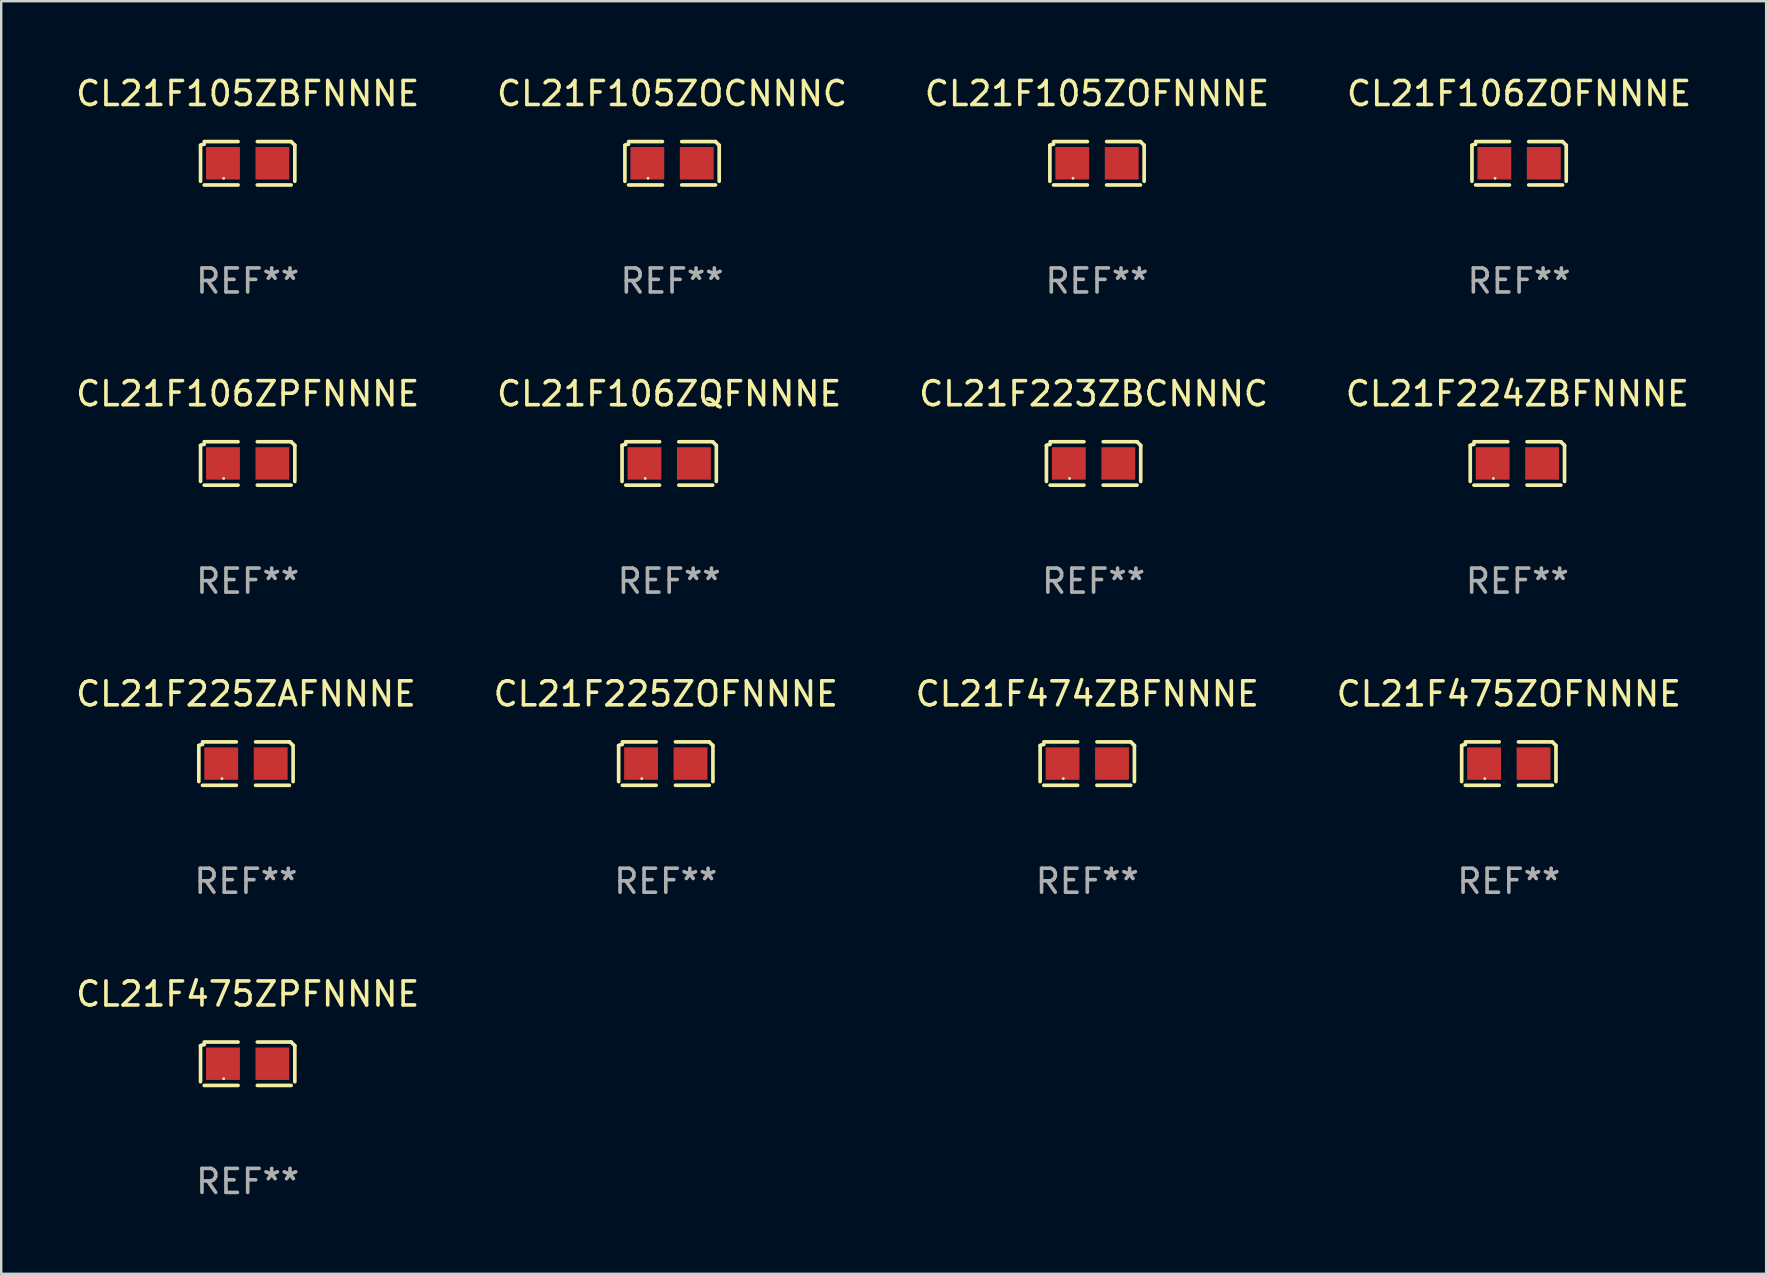
<source format=kicad_pcb>
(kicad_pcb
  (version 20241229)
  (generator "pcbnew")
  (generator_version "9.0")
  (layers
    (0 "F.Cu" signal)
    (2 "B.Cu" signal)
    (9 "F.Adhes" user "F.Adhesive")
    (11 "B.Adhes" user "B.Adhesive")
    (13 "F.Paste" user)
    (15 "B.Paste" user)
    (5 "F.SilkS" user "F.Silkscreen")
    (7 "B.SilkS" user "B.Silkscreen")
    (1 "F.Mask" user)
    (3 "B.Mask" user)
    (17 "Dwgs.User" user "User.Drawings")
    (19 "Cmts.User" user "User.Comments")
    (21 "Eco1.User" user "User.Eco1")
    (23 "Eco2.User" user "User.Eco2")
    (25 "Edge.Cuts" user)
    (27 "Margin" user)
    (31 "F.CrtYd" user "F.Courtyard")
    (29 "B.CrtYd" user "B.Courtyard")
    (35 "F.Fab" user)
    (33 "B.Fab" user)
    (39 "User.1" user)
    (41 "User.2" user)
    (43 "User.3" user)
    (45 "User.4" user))
  (footprint "CL21F106ZQFNNNE"
    (layer "F.Cu")
    (at 24.827 16.256)
    (property "Reference" "CL21F106ZQFNNNE" (at 0 -2.904 0) (layer "F.SilkS") (effects (font (size 1 1) (thickness 0.15))))
    (attr through_hole)
    (fp_line (start -1.964 0.751) (end -1.964 -0.751) (stroke (width 0.152) (type solid)) (layer "F.SilkS"))
    (fp_line (start -1.811 -0.904) (end -0.401 -0.904) (stroke (width 0.152) (type solid)) (layer "F.SilkS"))
    (fp_line (start -0.401 0.904) (end -1.811 0.904) (stroke (width 0.152) (type solid)) (layer "F.SilkS"))
    (fp_line (start 0.401 0.904) (end 1.811 0.904) (stroke (width 0.152) (type solid)) (layer "F.SilkS"))
    (fp_line (start 1.811 -0.904) (end 0.401 -0.904) (stroke (width 0.152) (type solid)) (layer "F.SilkS"))
    (fp_line (start 1.964 0.751) (end 1.964 -0.751) (stroke (width 0.152) (type solid)) (layer "F.SilkS"))
    (fp_arc (start -1.963602 -0.751207) (mid -1.890354 -0.783131) (end -1.811201 -0.794044) (stroke (width 0.1524) (type solid)) (layer "F.SilkS"))
    (fp_arc (start 1.811202 -0.903607) (mid 1.887413 -0.827418) (end 1.963602 -0.751207) (stroke (width 0.1524) (type solid)) (layer "F.SilkS"))
    (fp_circle (center -1 0.625) (end -0.97 0.625) (stroke (width 0.06) (type solid)) (fill no) (layer "F.SilkS"))
    (fp_text user "REF**" (at 0 4.904 0) (layer "F.Fab") (effects (font (size 1 1) (thickness 0.15))))
    (pad "1" smd rect (at -1.03 0) (size 1.41 1.35) (layers "F.Cu" "F.Mask" "F.Paste"))
    (pad "2" smd rect (at 1.03 0) (size 1.41 1.35) (layers "F.Cu" "F.Mask" "F.Paste")))
  (footprint "CL21F105ZBFNNNE"
    (layer "F.Cu")
    (at 7.268 3.752)
    (property "Reference" "CL21F105ZBFNNNE" (at 0 -2.904 0) (layer "F.SilkS") (effects (font (size 1 1) (thickness 0.15))))
    (attr through_hole)
    (fp_line (start -1.964 0.751) (end -1.964 -0.751) (stroke (width 0.152) (type solid)) (layer "F.SilkS"))
    (fp_line (start -1.811 -0.904) (end -0.401 -0.904) (stroke (width 0.152) (type solid)) (layer "F.SilkS"))
    (fp_line (start -0.401 0.904) (end -1.811 0.904) (stroke (width 0.152) (type solid)) (layer "F.SilkS"))
    (fp_line (start 0.401 0.904) (end 1.811 0.904) (stroke (width 0.152) (type solid)) (layer "F.SilkS"))
    (fp_line (start 1.811 -0.904) (end 0.401 -0.904) (stroke (width 0.152) (type solid)) (layer "F.SilkS"))
    (fp_line (start 1.964 0.751) (end 1.964 -0.751) (stroke (width 0.152) (type solid)) (layer "F.SilkS"))
    (fp_arc (start -1.963602 -0.751207) (mid -1.890354 -0.783131) (end -1.811201 -0.794044) (stroke (width 0.1524) (type solid)) (layer "F.SilkS"))
    (fp_arc (start 1.811202 -0.903607) (mid 1.887413 -0.827418) (end 1.963602 -0.751207) (stroke (width 0.1524) (type solid)) (layer "F.SilkS"))
    (fp_circle (center -1 0.625) (end -0.97 0.625) (stroke (width 0.06) (type solid)) (fill no) (layer "F.SilkS"))
    (fp_text user "REF**" (at 0 4.904 0) (layer "F.Fab") (effects (font (size 1 1) (thickness 0.15))))
    (pad "1" smd rect (at -1.03 0) (size 1.41 1.35) (layers "F.Cu" "F.Mask" "F.Paste"))
    (pad "2" smd rect (at 1.03 0) (size 1.41 1.35) (layers "F.Cu" "F.Mask" "F.Paste")))
  (footprint "CL21F105ZOFNNNE"
    (layer "F.Cu")
    (at 42.649 3.752)
    (property "Reference" "CL21F105ZOFNNNE" (at 0 -2.904 0) (layer "F.SilkS") (effects (font (size 1 1) (thickness 0.15))))
    (attr through_hole)
    (fp_line (start -1.964 0.751) (end -1.964 -0.751) (stroke (width 0.152) (type solid)) (layer "F.SilkS"))
    (fp_line (start -1.811 -0.904) (end -0.401 -0.904) (stroke (width 0.152) (type solid)) (layer "F.SilkS"))
    (fp_line (start -0.401 0.904) (end -1.811 0.904) (stroke (width 0.152) (type solid)) (layer "F.SilkS"))
    (fp_line (start 0.401 0.904) (end 1.811 0.904) (stroke (width 0.152) (type solid)) (layer "F.SilkS"))
    (fp_line (start 1.811 -0.904) (end 0.401 -0.904) (stroke (width 0.152) (type solid)) (layer "F.SilkS"))
    (fp_line (start 1.964 0.751) (end 1.964 -0.751) (stroke (width 0.152) (type solid)) (layer "F.SilkS"))
    (fp_arc (start -1.963602 -0.751207) (mid -1.890354 -0.783131) (end -1.811201 -0.794044) (stroke (width 0.1524) (type solid)) (layer "F.SilkS"))
    (fp_arc (start 1.811202 -0.903607) (mid 1.887413 -0.827418) (end 1.963602 -0.751207) (stroke (width 0.1524) (type solid)) (layer "F.SilkS"))
    (fp_circle (center -1 0.625) (end -0.97 0.625) (stroke (width 0.06) (type solid)) (fill no) (layer "F.SilkS"))
    (fp_text user "REF**" (at 0 4.904 0) (layer "F.Fab") (effects (font (size 1 1) (thickness 0.15))))
    (pad "1" smd rect (at -1.03 0) (size 1.41 1.35) (layers "F.Cu" "F.Mask" "F.Paste"))
    (pad "2" smd rect (at 1.03 0) (size 1.41 1.35) (layers "F.Cu" "F.Mask" "F.Paste")))
  (footprint "CL21F106ZPFNNNE"
    (layer "F.Cu")
    (at 7.268 16.256)
    (property "Reference" "CL21F106ZPFNNNE" (at 0 -2.904 0) (layer "F.SilkS") (effects (font (size 1 1) (thickness 0.15))))
    (attr through_hole)
    (fp_line (start -1.964 0.751) (end -1.964 -0.751) (stroke (width 0.152) (type solid)) (layer "F.SilkS"))
    (fp_line (start -1.811 -0.904) (end -0.401 -0.904) (stroke (width 0.152) (type solid)) (layer "F.SilkS"))
    (fp_line (start -0.401 0.904) (end -1.811 0.904) (stroke (width 0.152) (type solid)) (layer "F.SilkS"))
    (fp_line (start 0.401 0.904) (end 1.811 0.904) (stroke (width 0.152) (type solid)) (layer "F.SilkS"))
    (fp_line (start 1.811 -0.904) (end 0.401 -0.904) (stroke (width 0.152) (type solid)) (layer "F.SilkS"))
    (fp_line (start 1.964 0.751) (end 1.964 -0.751) (stroke (width 0.152) (type solid)) (layer "F.SilkS"))
    (fp_arc (start -1.963602 -0.751207) (mid -1.890354 -0.783131) (end -1.811201 -0.794044) (stroke (width 0.1524) (type solid)) (layer "F.SilkS"))
    (fp_arc (start 1.811202 -0.903607) (mid 1.887413 -0.827418) (end 1.963602 -0.751207) (stroke (width 0.1524) (type solid)) (layer "F.SilkS"))
    (fp_circle (center -1 0.625) (end -0.97 0.625) (stroke (width 0.06) (type solid)) (fill no) (layer "F.SilkS"))
    (fp_text user "REF**" (at 0 4.904 0) (layer "F.Fab") (effects (font (size 1 1) (thickness 0.15))))
    (pad "1" smd rect (at -1.03 0) (size 1.41 1.35) (layers "F.Cu" "F.Mask" "F.Paste"))
    (pad "2" smd rect (at 1.03 0) (size 1.41 1.35) (layers "F.Cu" "F.Mask" "F.Paste")))
  (footprint "CL21F475ZPFNNNE"
    (layer "F.Cu")
    (at 7.268 41.263)
    (property "Reference" "CL21F475ZPFNNNE" (at 0 -2.904 0) (layer "F.SilkS") (effects (font (size 1 1) (thickness 0.15))))
    (attr through_hole)
    (fp_line (start -1.964 0.751) (end -1.964 -0.751) (stroke (width 0.152) (type solid)) (layer "F.SilkS"))
    (fp_line (start -1.811 -0.904) (end -0.401 -0.904) (stroke (width 0.152) (type solid)) (layer "F.SilkS"))
    (fp_line (start -0.401 0.904) (end -1.811 0.904) (stroke (width 0.152) (type solid)) (layer "F.SilkS"))
    (fp_line (start 0.401 0.904) (end 1.811 0.904) (stroke (width 0.152) (type solid)) (layer "F.SilkS"))
    (fp_line (start 1.811 -0.904) (end 0.401 -0.904) (stroke (width 0.152) (type solid)) (layer "F.SilkS"))
    (fp_line (start 1.964 0.751) (end 1.964 -0.751) (stroke (width 0.152) (type solid)) (layer "F.SilkS"))
    (fp_arc (start -1.963602 -0.751207) (mid -1.890354 -0.783131) (end -1.811201 -0.794044) (stroke (width 0.1524) (type solid)) (layer "F.SilkS"))
    (fp_arc (start 1.811202 -0.903607) (mid 1.887413 -0.827418) (end 1.963602 -0.751207) (stroke (width 0.1524) (type solid)) (layer "F.SilkS"))
    (fp_circle (center -1 0.625) (end -0.97 0.625) (stroke (width 0.06) (type solid)) (fill no) (layer "F.SilkS"))
    (fp_text user "REF**" (at 0 4.904 0) (layer "F.Fab") (effects (font (size 1 1) (thickness 0.15))))
    (pad "1" smd rect (at -1.03 0) (size 1.41 1.35) (layers "F.Cu" "F.Mask" "F.Paste"))
    (pad "2" smd rect (at 1.03 0) (size 1.41 1.35) (layers "F.Cu" "F.Mask" "F.Paste")))
  (footprint "CL21F105ZOCNNNC"
    (layer "F.Cu")
    (at 24.946 3.752)
    (property "Reference" "CL21F105ZOCNNNC" (at 0 -2.904 0) (layer "F.SilkS") (effects (font (size 1 1) (thickness 0.15))))
    (attr through_hole)
    (fp_line (start -1.964 0.751) (end -1.964 -0.751) (stroke (width 0.152) (type solid)) (layer "F.SilkS"))
    (fp_line (start -1.811 -0.904) (end -0.401 -0.904) (stroke (width 0.152) (type solid)) (layer "F.SilkS"))
    (fp_line (start -0.401 0.904) (end -1.811 0.904) (stroke (width 0.152) (type solid)) (layer "F.SilkS"))
    (fp_line (start 0.401 0.904) (end 1.811 0.904) (stroke (width 0.152) (type solid)) (layer "F.SilkS"))
    (fp_line (start 1.811 -0.904) (end 0.401 -0.904) (stroke (width 0.152) (type solid)) (layer "F.SilkS"))
    (fp_line (start 1.964 0.751) (end 1.964 -0.751) (stroke (width 0.152) (type solid)) (layer "F.SilkS"))
    (fp_arc (start -1.963602 -0.751207) (mid -1.890354 -0.783131) (end -1.811201 -0.794044) (stroke (width 0.1524) (type solid)) (layer "F.SilkS"))
    (fp_arc (start 1.811202 -0.903607) (mid 1.887413 -0.827418) (end 1.963602 -0.751207) (stroke (width 0.1524) (type solid)) (layer "F.SilkS"))
    (fp_circle (center -1 0.625) (end -0.97 0.625) (stroke (width 0.06) (type solid)) (fill no) (layer "F.SilkS"))
    (fp_text user "REF**" (at 0 4.904 0) (layer "F.Fab") (effects (font (size 1 1) (thickness 0.15))))
    (pad "1" smd rect (at -1.03 0) (size 1.41 1.35) (layers "F.Cu" "F.Mask" "F.Paste"))
    (pad "2" smd rect (at 1.03 0) (size 1.41 1.35) (layers "F.Cu" "F.Mask" "F.Paste")))
  (footprint "CL21F224ZBFNNNE"
    (layer "F.Cu")
    (at 60.161 16.256)
    (property "Reference" "CL21F224ZBFNNNE" (at 0 -2.904 0) (layer "F.SilkS") (effects (font (size 1 1) (thickness 0.15))))
    (attr through_hole)
    (fp_line (start -1.964 0.751) (end -1.964 -0.751) (stroke (width 0.152) (type solid)) (layer "F.SilkS"))
    (fp_line (start -1.811 -0.904) (end -0.401 -0.904) (stroke (width 0.152) (type solid)) (layer "F.SilkS"))
    (fp_line (start -0.401 0.904) (end -1.811 0.904) (stroke (width 0.152) (type solid)) (layer "F.SilkS"))
    (fp_line (start 0.401 0.904) (end 1.811 0.904) (stroke (width 0.152) (type solid)) (layer "F.SilkS"))
    (fp_line (start 1.811 -0.904) (end 0.401 -0.904) (stroke (width 0.152) (type solid)) (layer "F.SilkS"))
    (fp_line (start 1.964 0.751) (end 1.964 -0.751) (stroke (width 0.152) (type solid)) (layer "F.SilkS"))
    (fp_arc (start -1.963602 -0.751207) (mid -1.890354 -0.783131) (end -1.811201 -0.794044) (stroke (width 0.1524) (type solid)) (layer "F.SilkS"))
    (fp_arc (start 1.811202 -0.903607) (mid 1.887413 -0.827418) (end 1.963602 -0.751207) (stroke (width 0.1524) (type solid)) (layer "F.SilkS"))
    (fp_circle (center -1 0.625) (end -0.97 0.625) (stroke (width 0.06) (type solid)) (fill no) (layer "F.SilkS"))
    (fp_text user "REF**" (at 0 4.904 0) (layer "F.Fab") (effects (font (size 1 1) (thickness 0.15))))
    (pad "1" smd rect (at -1.03 0) (size 1.41 1.35) (layers "F.Cu" "F.Mask" "F.Paste"))
    (pad "2" smd rect (at 1.03 0) (size 1.41 1.35) (layers "F.Cu" "F.Mask" "F.Paste")))
  (footprint "CL21F106ZOFNNNE"
    (layer "F.Cu")
    (at 60.232 3.752)
    (property "Reference" "CL21F106ZOFNNNE" (at 0 -2.904 0) (layer "F.SilkS") (effects (font (size 1 1) (thickness 0.15))))
    (attr through_hole)
    (fp_line (start -1.964 0.751) (end -1.964 -0.751) (stroke (width 0.152) (type solid)) (layer "F.SilkS"))
    (fp_line (start -1.811 -0.904) (end -0.401 -0.904) (stroke (width 0.152) (type solid)) (layer "F.SilkS"))
    (fp_line (start -0.401 0.904) (end -1.811 0.904) (stroke (width 0.152) (type solid)) (layer "F.SilkS"))
    (fp_line (start 0.401 0.904) (end 1.811 0.904) (stroke (width 0.152) (type solid)) (layer "F.SilkS"))
    (fp_line (start 1.811 -0.904) (end 0.401 -0.904) (stroke (width 0.152) (type solid)) (layer "F.SilkS"))
    (fp_line (start 1.964 0.751) (end 1.964 -0.751) (stroke (width 0.152) (type solid)) (layer "F.SilkS"))
    (fp_arc (start -1.963602 -0.751207) (mid -1.890354 -0.783131) (end -1.811201 -0.794044) (stroke (width 0.1524) (type solid)) (layer "F.SilkS"))
    (fp_arc (start 1.811202 -0.903607) (mid 1.887413 -0.827418) (end 1.963602 -0.751207) (stroke (width 0.1524) (type solid)) (layer "F.SilkS"))
    (fp_circle (center -1 0.625) (end -0.97 0.625) (stroke (width 0.06) (type solid)) (fill no) (layer "F.SilkS"))
    (fp_text user "REF**" (at 0 4.904 0) (layer "F.Fab") (effects (font (size 1 1) (thickness 0.15))))
    (pad "1" smd rect (at -1.03 0) (size 1.41 1.35) (layers "F.Cu" "F.Mask" "F.Paste"))
    (pad "2" smd rect (at 1.03 0) (size 1.41 1.35) (layers "F.Cu" "F.Mask" "F.Paste")))
  (footprint "CL21F225ZOFNNNE"
    (layer "F.Cu")
    (at 24.685 28.759)
    (property "Reference" "CL21F225ZOFNNNE" (at 0 -2.904 0) (layer "F.SilkS") (effects (font (size 1 1) (thickness 0.15))))
    (attr through_hole)
    (fp_line (start -1.964 0.751) (end -1.964 -0.751) (stroke (width 0.152) (type solid)) (layer "F.SilkS"))
    (fp_line (start -1.811 -0.904) (end -0.401 -0.904) (stroke (width 0.152) (type solid)) (layer "F.SilkS"))
    (fp_line (start -0.401 0.904) (end -1.811 0.904) (stroke (width 0.152) (type solid)) (layer "F.SilkS"))
    (fp_line (start 0.401 0.904) (end 1.811 0.904) (stroke (width 0.152) (type solid)) (layer "F.SilkS"))
    (fp_line (start 1.811 -0.904) (end 0.401 -0.904) (stroke (width 0.152) (type solid)) (layer "F.SilkS"))
    (fp_line (start 1.964 0.751) (end 1.964 -0.751) (stroke (width 0.152) (type solid)) (layer "F.SilkS"))
    (fp_arc (start -1.963602 -0.751207) (mid -1.890354 -0.783131) (end -1.811201 -0.794044) (stroke (width 0.1524) (type solid)) (layer "F.SilkS"))
    (fp_arc (start 1.811202 -0.903607) (mid 1.887413 -0.827418) (end 1.963602 -0.751207) (stroke (width 0.1524) (type solid)) (layer "F.SilkS"))
    (fp_circle (center -1 0.625) (end -0.97 0.625) (stroke (width 0.06) (type solid)) (fill no) (layer "F.SilkS"))
    (fp_text user "REF**" (at 0 4.904 0) (layer "F.Fab") (effects (font (size 1 1) (thickness 0.15))))
    (pad "1" smd rect (at -1.03 0) (size 1.41 1.35) (layers "F.Cu" "F.Mask" "F.Paste"))
    (pad "2" smd rect (at 1.03 0) (size 1.41 1.35) (layers "F.Cu" "F.Mask" "F.Paste")))
  (footprint "CL21F474ZBFNNNE"
    (layer "F.Cu")
    (at 42.244 28.759)
    (property "Reference" "CL21F474ZBFNNNE" (at 0 -2.904 0) (layer "F.SilkS") (effects (font (size 1 1) (thickness 0.15))))
    (attr through_hole)
    (fp_line (start -1.964 0.751) (end -1.964 -0.751) (stroke (width 0.152) (type solid)) (layer "F.SilkS"))
    (fp_line (start -1.811 -0.904) (end -0.401 -0.904) (stroke (width 0.152) (type solid)) (layer "F.SilkS"))
    (fp_line (start -0.401 0.904) (end -1.811 0.904) (stroke (width 0.152) (type solid)) (layer "F.SilkS"))
    (fp_line (start 0.401 0.904) (end 1.811 0.904) (stroke (width 0.152) (type solid)) (layer "F.SilkS"))
    (fp_line (start 1.811 -0.904) (end 0.401 -0.904) (stroke (width 0.152) (type solid)) (layer "F.SilkS"))
    (fp_line (start 1.964 0.751) (end 1.964 -0.751) (stroke (width 0.152) (type solid)) (layer "F.SilkS"))
    (fp_arc (start -1.963602 -0.751207) (mid -1.890354 -0.783131) (end -1.811201 -0.794044) (stroke (width 0.1524) (type solid)) (layer "F.SilkS"))
    (fp_arc (start 1.811202 -0.903607) (mid 1.887413 -0.827418) (end 1.963602 -0.751207) (stroke (width 0.1524) (type solid)) (layer "F.SilkS"))
    (fp_circle (center -1 0.625) (end -0.97 0.625) (stroke (width 0.06) (type solid)) (fill no) (layer "F.SilkS"))
    (fp_text user "REF**" (at 0 4.904 0) (layer "F.Fab") (effects (font (size 1 1) (thickness 0.15))))
    (pad "1" smd rect (at -1.03 0) (size 1.41 1.35) (layers "F.Cu" "F.Mask" "F.Paste"))
    (pad "2" smd rect (at 1.03 0) (size 1.41 1.35) (layers "F.Cu" "F.Mask" "F.Paste")))
  (footprint "CL21F475ZOFNNNE"
    (layer "F.Cu")
    (at 59.804 28.759)
    (property "Reference" "CL21F475ZOFNNNE" (at 0 -2.904 0) (layer "F.SilkS") (effects (font (size 1 1) (thickness 0.15))))
    (attr through_hole)
    (fp_line (start -1.964 0.751) (end -1.964 -0.751) (stroke (width 0.152) (type solid)) (layer "F.SilkS"))
    (fp_line (start -1.811 -0.904) (end -0.401 -0.904) (stroke (width 0.152) (type solid)) (layer "F.SilkS"))
    (fp_line (start -0.401 0.904) (end -1.811 0.904) (stroke (width 0.152) (type solid)) (layer "F.SilkS"))
    (fp_line (start 0.401 0.904) (end 1.811 0.904) (stroke (width 0.152) (type solid)) (layer "F.SilkS"))
    (fp_line (start 1.811 -0.904) (end 0.401 -0.904) (stroke (width 0.152) (type solid)) (layer "F.SilkS"))
    (fp_line (start 1.964 0.751) (end 1.964 -0.751) (stroke (width 0.152) (type solid)) (layer "F.SilkS"))
    (fp_arc (start -1.963602 -0.751207) (mid -1.890354 -0.783131) (end -1.811201 -0.794044) (stroke (width 0.1524) (type solid)) (layer "F.SilkS"))
    (fp_arc (start 1.811202 -0.903607) (mid 1.887413 -0.827418) (end 1.963602 -0.751207) (stroke (width 0.1524) (type solid)) (layer "F.SilkS"))
    (fp_circle (center -1 0.625) (end -0.97 0.625) (stroke (width 0.06) (type solid)) (fill no) (layer "F.SilkS"))
    (fp_text user "REF**" (at 0 4.904 0) (layer "F.Fab") (effects (font (size 1 1) (thickness 0.15))))
    (pad "1" smd rect (at -1.03 0) (size 1.41 1.35) (layers "F.Cu" "F.Mask" "F.Paste"))
    (pad "2" smd rect (at 1.03 0) (size 1.41 1.35) (layers "F.Cu" "F.Mask" "F.Paste")))
  (footprint "CL21F223ZBCNNNC"
    (layer "F.Cu")
    (at 42.506 16.256)
    (property "Reference" "CL21F223ZBCNNNC" (at 0 -2.904 0) (layer "F.SilkS") (effects (font (size 1 1) (thickness 0.15))))
    (attr through_hole)
    (fp_line (start -1.964 0.751) (end -1.964 -0.751) (stroke (width 0.152) (type solid)) (layer "F.SilkS"))
    (fp_line (start -1.811 -0.904) (end -0.401 -0.904) (stroke (width 0.152) (type solid)) (layer "F.SilkS"))
    (fp_line (start -0.401 0.904) (end -1.811 0.904) (stroke (width 0.152) (type solid)) (layer "F.SilkS"))
    (fp_line (start 0.401 0.904) (end 1.811 0.904) (stroke (width 0.152) (type solid)) (layer "F.SilkS"))
    (fp_line (start 1.811 -0.904) (end 0.401 -0.904) (stroke (width 0.152) (type solid)) (layer "F.SilkS"))
    (fp_line (start 1.964 0.751) (end 1.964 -0.751) (stroke (width 0.152) (type solid)) (layer "F.SilkS"))
    (fp_arc (start -1.963602 -0.751207) (mid -1.890354 -0.783131) (end -1.811201 -0.794044) (stroke (width 0.1524) (type solid)) (layer "F.SilkS"))
    (fp_arc (start 1.811202 -0.903607) (mid 1.887413 -0.827418) (end 1.963602 -0.751207) (stroke (width 0.1524) (type solid)) (layer "F.SilkS"))
    (fp_circle (center -1 0.625) (end -0.97 0.625) (stroke (width 0.06) (type solid)) (fill no) (layer "F.SilkS"))
    (fp_text user "REF**" (at 0 4.904 0) (layer "F.Fab") (effects (font (size 1 1) (thickness 0.15))))
    (pad "1" smd rect (at -1.03 0) (size 1.41 1.35) (layers "F.Cu" "F.Mask" "F.Paste"))
    (pad "2" smd rect (at 1.03 0) (size 1.41 1.35) (layers "F.Cu" "F.Mask" "F.Paste")))
  (footprint "CL21F225ZAFNNNE"
    (layer "F.Cu")
    (at 7.196 28.759)
    (property "Reference" "CL21F225ZAFNNNE" (at 0 -2.904 0) (layer "F.SilkS") (effects (font (size 1 1) (thickness 0.15))))
    (attr through_hole)
    (fp_line (start -1.964 0.751) (end -1.964 -0.751) (stroke (width 0.152) (type solid)) (layer "F.SilkS"))
    (fp_line (start -1.811 -0.904) (end -0.401 -0.904) (stroke (width 0.152) (type solid)) (layer "F.SilkS"))
    (fp_line (start -0.401 0.904) (end -1.811 0.904) (stroke (width 0.152) (type solid)) (layer "F.SilkS"))
    (fp_line (start 0.401 0.904) (end 1.811 0.904) (stroke (width 0.152) (type solid)) (layer "F.SilkS"))
    (fp_line (start 1.811 -0.904) (end 0.401 -0.904) (stroke (width 0.152) (type solid)) (layer "F.SilkS"))
    (fp_line (start 1.964 0.751) (end 1.964 -0.751) (stroke (width 0.152) (type solid)) (layer "F.SilkS"))
    (fp_arc (start -1.963602 -0.751207) (mid -1.890354 -0.783131) (end -1.811201 -0.794044) (stroke (width 0.1524) (type solid)) (layer "F.SilkS"))
    (fp_arc (start 1.811202 -0.903607) (mid 1.887413 -0.827418) (end 1.963602 -0.751207) (stroke (width 0.1524) (type solid)) (layer "F.SilkS"))
    (fp_circle (center -1 0.625) (end -0.97 0.625) (stroke (width 0.06) (type solid)) (fill no) (layer "F.SilkS"))
    (fp_text user "REF**" (at 0 4.904 0) (layer "F.Fab") (effects (font (size 1 1) (thickness 0.15))))
    (pad "1" smd rect (at -1.03 0) (size 1.41 1.35) (layers "F.Cu" "F.Mask" "F.Paste"))
    (pad "2" smd rect (at 1.03 0) (size 1.41 1.35) (layers "F.Cu" "F.Mask" "F.Paste")))
  (gr_rect
    (start -3 -3)
    (end 70.524 50.015)
    (stroke (width 0.1) (type default))
    (fill no)
    (layer "Edge.Cuts")))
</source>
